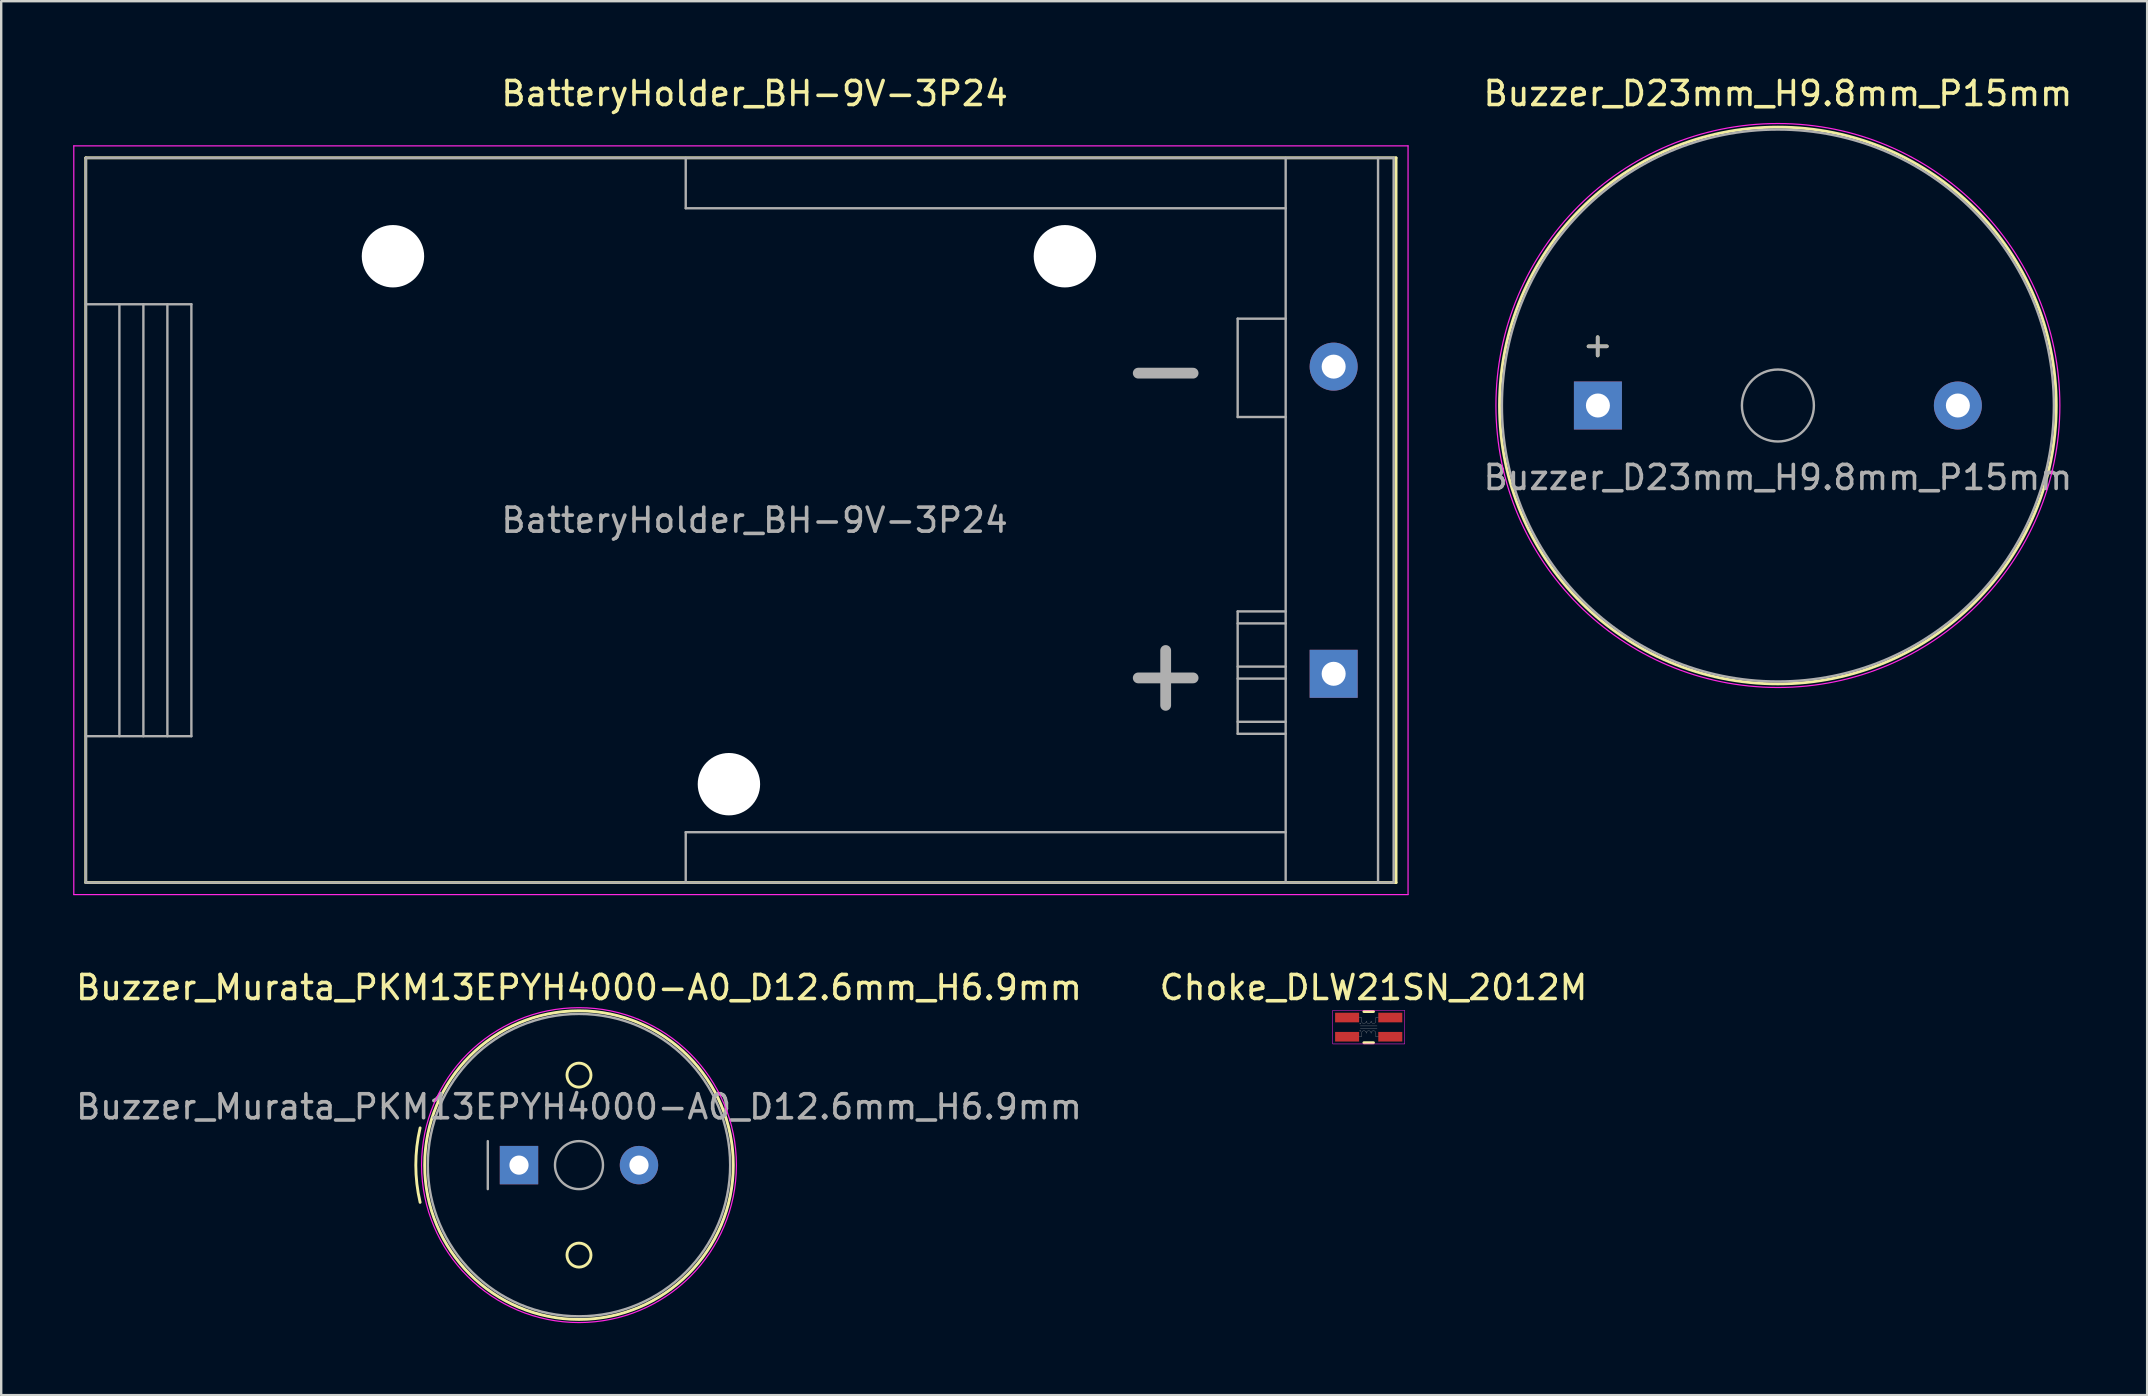
<source format=kicad_pcb>
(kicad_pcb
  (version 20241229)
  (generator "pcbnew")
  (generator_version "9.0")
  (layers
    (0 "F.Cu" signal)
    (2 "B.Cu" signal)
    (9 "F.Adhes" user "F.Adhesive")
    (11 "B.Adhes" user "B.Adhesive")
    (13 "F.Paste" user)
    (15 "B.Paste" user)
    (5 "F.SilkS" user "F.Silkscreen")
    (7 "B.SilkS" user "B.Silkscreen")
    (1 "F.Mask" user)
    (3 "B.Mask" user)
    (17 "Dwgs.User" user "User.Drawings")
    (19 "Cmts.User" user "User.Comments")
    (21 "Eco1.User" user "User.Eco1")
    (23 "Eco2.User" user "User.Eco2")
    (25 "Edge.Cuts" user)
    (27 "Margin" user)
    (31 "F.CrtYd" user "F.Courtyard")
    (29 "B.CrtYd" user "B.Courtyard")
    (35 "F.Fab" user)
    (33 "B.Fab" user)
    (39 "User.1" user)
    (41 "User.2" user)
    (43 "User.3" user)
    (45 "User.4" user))
  (footprint "Choke_DLW21SN_2012M"
    (layer "F.Cu")
    (at 53.085 39.352)
    (property "Reference" "Choke_DLW21SN_2012M" (at 1.1 -1.25 0) (unlocked yes) (layer "F.SilkS") (effects (font (size 1 1) (thickness 0.15))))
    (attr smd)
    (fp_line (start 0.7 -0.25) (end 1.1 -0.25) (stroke (width 0.12) (type default)) (layer "F.SilkS"))
    (fp_line (start 0.7 1.05) (end 1.1 1.05) (stroke (width 0.12) (type default)) (layer "F.SilkS"))
    (fp_rect (start -0.6 -0.3) (end 2.4 1.1) (stroke (width 0.02) (type default)) (fill no) (layer "F.CrtYd"))
    (fp_line (start 0.55 0.35) (end 1.25 0.35) (stroke (width 0.01) (type default)) (layer "F.Fab"))
    (fp_line (start 0.55 0.45) (end 1.25 0.45) (stroke (width 0.01) (type default)) (layer "F.Fab"))
    (fp_line (start 0.6 0) (end 0.5 0) (stroke (width 0.01) (type default)) (layer "F.Fab"))
    (fp_line (start 0.6 0.15) (end 0.6 0) (stroke (width 0.01) (type default)) (layer "F.Fab"))
    (fp_line (start 0.6 0.65) (end 0.6 0.8) (stroke (width 0.01) (type default)) (layer "F.Fab"))
    (fp_line (start 0.6 0.8) (end 0.5 0.8) (stroke (width 0.01) (type default)) (layer "F.Fab"))
    (fp_line (start 1.2 0) (end 1.3 0) (stroke (width 0.01) (type default)) (layer "F.Fab"))
    (fp_line (start 1.2 0.15) (end 1.2 0) (stroke (width 0.01) (type default)) (layer "F.Fab"))
    (fp_line (start 1.2 0.65) (end 1.2 0.8) (stroke (width 0.01) (type default)) (layer "F.Fab"))
    (fp_line (start 1.2 0.8) (end 1.3 0.8) (stroke (width 0.01) (type default)) (layer "F.Fab"))
    (fp_arc (start 0.6 0.65) (mid 0.7 0.55) (end 0.8 0.65) (stroke (width 0.01) (type default)) (layer "F.Fab"))
    (fp_arc (start 0.8 0.15) (mid 0.7 0.25) (end 0.6 0.15) (stroke (width 0.01) (type default)) (layer "F.Fab"))
    (fp_arc (start 0.8 0.65) (mid 0.9 0.55) (end 1 0.65) (stroke (width 0.01) (type default)) (layer "F.Fab"))
    (fp_arc (start 1 0.15) (mid 0.9 0.25) (end 0.8 0.15) (stroke (width 0.01) (type default)) (layer "F.Fab"))
    (fp_arc (start 1 0.65) (mid 1.1 0.55) (end 1.2 0.65) (stroke (width 0.01) (type default)) (layer "F.Fab"))
    (fp_arc (start 1.2 0.15) (mid 1.1 0.25) (end 1 0.15) (stroke (width 0.01) (type default)) (layer "F.Fab"))
    (fp_circle (center 0.55 0.25) (end 0.55 0.27) (stroke (width 0.01) (type default)) (fill no) (layer "F.Fab"))
    (fp_circle (center 0.55 0.55) (end 0.55 0.53) (stroke (width 0.01) (type default)) (fill no) (layer "F.Fab"))
    (pad "1" smd rect (at 0 0) (size 1 0.4) (layers "F.Cu" "F.Mask" "F.Paste"))
    (pad "2" smd rect (at 1.8 0) (size 1 0.4) (layers "F.Cu" "F.Mask" "F.Paste"))
    (pad "3" smd rect (at 1.8 0.8) (size 1 0.4) (layers "F.Cu" "F.Mask" "F.Paste"))
    (pad "4" smd rect (at 0 0.8) (size 1 0.4) (layers "F.Cu" "F.Mask" "F.Paste")))
  (footprint "BatteryHolder_BH-9V-3P24"
    (layer "F.Cu")
    (at 52.525 25.028)
    (property "Reference" "BatteryHolder_BH-9V-3P24" (at -24.13 -24.18 0) (layer "F.SilkS") (effects (font (size 1 1) (thickness 0.15))))
    (attr through_hole)
    (fp_line (start -52 -21.5) (end 2.6 -21.5) (stroke (width 0.12) (type solid)) (layer "F.SilkS"))
    (fp_line (start -52 8.7) (end -52 -21.5) (stroke (width 0.12) (type solid)) (layer "F.SilkS"))
    (fp_line (start 2.6 -21.5) (end 2.6 8.7) (stroke (width 0.12) (type solid)) (layer "F.SilkS"))
    (fp_line (start 2.6 8.7) (end -52 8.7) (stroke (width 0.12) (type solid)) (layer "F.SilkS"))
    (fp_line (start -52.5 -22) (end 3.1 -22) (stroke (width 0.05) (type solid)) (layer "F.CrtYd"))
    (fp_line (start -52.5 9.2) (end -52.5 -22) (stroke (width 0.05) (type solid)) (layer "F.CrtYd"))
    (fp_line (start 3.1 -22) (end 3.1 9.2) (stroke (width 0.05) (type solid)) (layer "F.CrtYd"))
    (fp_line (start 3.1 9.2) (end -52.5 9.2) (stroke (width 0.05) (type solid)) (layer "F.CrtYd"))
    (fp_line (start -52 -21.5) (end 2.5 -21.5) (stroke (width 0.1) (type solid)) (layer "F.Fab"))
    (fp_line (start -52 -15.4) (end -47.6 -15.4) (stroke (width 0.1) (type solid)) (layer "F.Fab"))
    (fp_line (start -52 2.6) (end -47.6 2.6) (stroke (width 0.1) (type solid)) (layer "F.Fab"))
    (fp_line (start -52 8.7) (end -52 -21.5) (stroke (width 0.1) (type solid)) (layer "F.Fab"))
    (fp_line (start -50.6 2.6) (end -50.6 -15.4) (stroke (width 0.1) (type solid)) (layer "F.Fab"))
    (fp_line (start -49.6 2.6) (end -49.6 -15.4) (stroke (width 0.1) (type solid)) (layer "F.Fab"))
    (fp_line (start -48.6 2.6) (end -48.6 -15.4) (stroke (width 0.1) (type solid)) (layer "F.Fab"))
    (fp_line (start -47.6 2.6) (end -47.6 -15.4) (stroke (width 0.1) (type solid)) (layer "F.Fab"))
    (fp_line (start -27 -19.4) (end -27 -21.5) (stroke (width 0.1) (type solid)) (layer "F.Fab"))
    (fp_line (start -27 6.6) (end -27 8.7) (stroke (width 0.1) (type solid)) (layer "F.Fab"))
    (fp_line (start -4 -14.8) (end -4 -10.7) (stroke (width 0.1) (type solid)) (layer "F.Fab"))
    (fp_line (start -4 -10.7) (end -2 -10.7) (stroke (width 0.1) (type solid)) (layer "F.Fab"))
    (fp_line (start -4 -2.6) (end -4 2.5) (stroke (width 0.1) (type solid)) (layer "F.Fab"))
    (fp_line (start -4 -2.1) (end -2 -2.1) (stroke (width 0.1) (type solid)) (layer "F.Fab"))
    (fp_line (start -4 0.2) (end -2 0.2) (stroke (width 0.1) (type solid)) (layer "F.Fab"))
    (fp_line (start -4 2.5) (end -2 2.5) (stroke (width 0.1) (type solid)) (layer "F.Fab"))
    (fp_line (start -2 -21.5) (end -2 8.7) (stroke (width 0.1) (type solid)) (layer "F.Fab"))
    (fp_line (start -2 -19.4) (end -27 -19.4) (stroke (width 0.1) (type solid)) (layer "F.Fab"))
    (fp_line (start -2 -14.8) (end -4 -14.8) (stroke (width 0.1) (type solid)) (layer "F.Fab"))
    (fp_line (start -2 -2.6) (end -4 -2.6) (stroke (width 0.1) (type solid)) (layer "F.Fab"))
    (fp_line (start -2 -0.3) (end -4 -0.3) (stroke (width 0.1) (type solid)) (layer "F.Fab"))
    (fp_line (start -2 2) (end -4 2) (stroke (width 0.1) (type solid)) (layer "F.Fab"))
    (fp_line (start -2 6.6) (end -27 6.6) (stroke (width 0.1) (type solid)) (layer "F.Fab"))
    (fp_line (start 1.85 8.7) (end 1.85 -21.5) (stroke (width 0.1) (type solid)) (layer "F.Fab"))
    (fp_line (start 2.5 -21.5) (end 2.5 8.7) (stroke (width 0.1) (type solid)) (layer "F.Fab"))
    (fp_line (start 2.5 8.7) (end -52 8.7) (stroke (width 0.1) (type solid)) (layer "F.Fab"))
    (fp_text user "+" (at -7 -0.05 0) (layer "F.Fab") (effects (font (size 3 3) (thickness 0.45))))
    (fp_text user "-" (at -7 -12.75 0) (layer "F.Fab") (effects (font (size 3 3) (thickness 0.45))))
    (fp_text user "${REFERENCE}" (at -24.13 -6.4 180) (layer "F.Fab") (effects (font (size 1 1) (thickness 0.15))))
    (pad "" np_thru_hole circle (at -39.2 -17.4) (size 2.6 2.6) (drill 2.6) (layers "*.Cu" "*.Mask"))
    (pad "" np_thru_hole circle (at -25.2 4.6) (size 2.6 2.6) (drill 2.6) (layers "*.Cu" "*.Mask"))
    (pad "" np_thru_hole circle (at -11.2 -17.4) (size 2.6 2.6) (drill 2.6) (layers "*.Cu" "*.Mask"))
    (pad "1" thru_hole rect (at 0 0) (size 2 2) (drill 1) (layers "*.Cu" "*.Mask"))
    (pad "2" thru_hole circle (at 0 -12.8) (size 2 2) (drill 1) (layers "*.Cu" "*.Mask")))
  (footprint "Buzzer_D23mm_H9.8mm_P15mm"
    (layer "F.Cu")
    (at 63.537 13.848)
    (property "Reference" "Buzzer_D23mm_H9.8mm_P15mm" (at 7.5 -13 0) (layer "F.SilkS") (effects (font (size 1 1) (thickness 0.15))))
    (attr through_hole)
    (fp_circle (center 7.5 0) (end 19.1 0) (stroke (width 0.12) (type solid)) (fill no) (layer "F.SilkS"))
    (fp_circle (center 7.5 0) (end 19.25 0) (stroke (width 0.05) (type solid)) (fill no) (layer "F.CrtYd"))
    (fp_circle (center 7.5 0) (end 9 0) (stroke (width 0.1) (type solid)) (fill no) (layer "F.Fab"))
    (fp_circle (center 7.5 0) (end 19 0) (stroke (width 0.1) (type solid)) (fill no) (layer "F.Fab"))
    (fp_text user "+" (at -0.01 -2.54 0) (layer "F.SilkS") (effects (font (size 1 1) (thickness 0.15))))
    (fp_text user "+" (at -0.01 -2.54 0) (layer "F.Fab") (effects (font (size 1 1) (thickness 0.15))))
    (fp_text user "${REFERENCE}" (at 7.5 3 0) (layer "F.Fab") (effects (font (size 1 1) (thickness 0.15))))
    (pad "1" thru_hole rect (at 0 0) (size 2 2) (drill 1) (layers "*.Cu" "*.Mask"))
    (pad "2" thru_hole circle (at 15 0) (size 2 2) (drill 1) (layers "*.Cu" "*.Mask")))
  (footprint "Buzzer_Murata_PKM13EPYH4000-A0_D12.6mm_H6.9mm"
    (layer "F.Cu")
    (at 18.577 45.502)
    (property "Reference" "Buzzer_Murata_PKM13EPYH4000-A0_D12.6mm_H6.9mm" (at 2.5 -7.4 0) (layer "F.SilkS") (effects (font (size 1 1) (thickness 0.15))))
    (attr through_hole)
    (fp_arc (start -4.120591 1.5517) (mid -4.3 0) (end -4.120591 -1.551701) (stroke (width 0.12) (type solid)) (layer "F.SilkS"))
    (fp_circle (center 2.5 -3.75) (end 3 -3.75) (stroke (width 0.12) (type default)) (fill no) (layer "F.SilkS"))
    (fp_circle (center 2.5 0) (end 8.93 0) (stroke (width 0.12) (type solid)) (fill no) (layer "F.SilkS"))
    (fp_circle (center 2.5 3.75) (end 3 3.75) (stroke (width 0.12) (type default)) (fill no) (layer "F.SilkS"))
    (fp_circle (center 2.5 0) (end 9.06 0) (stroke (width 0.05) (type solid)) (fill no) (layer "F.CrtYd"))
    (fp_line (start -1.3 -1) (end -1.3 1) (stroke (width 0.1) (type solid)) (layer "F.Fab"))
    (fp_circle (center 2.5 0) (end 3.5 0) (stroke (width 0.1) (type solid)) (fill no) (layer "F.Fab"))
    (fp_circle (center 2.5 0) (end 8.8 0) (stroke (width 0.1) (type solid)) (fill no) (layer "F.Fab"))
    (fp_text user "${REFERENCE}" (at 2.5 -2.43 0) (layer "F.Fab") (effects (font (size 1 1) (thickness 0.15))))
    (pad "1" thru_hole rect (at 0 0) (size 1.6 1.6) (drill 0.8) (layers "*.Cu" "*.Mask"))
    (pad "2" thru_hole circle (at 5 0) (size 1.6 1.6) (drill 0.8) (layers "*.Cu" "*.Mask")))
  (gr_rect
    (start -3 -3)
    (end 86.424 55.087)
    (stroke (width 0.1) (type default))
    (fill no)
    (layer "Edge.Cuts")))
</source>
